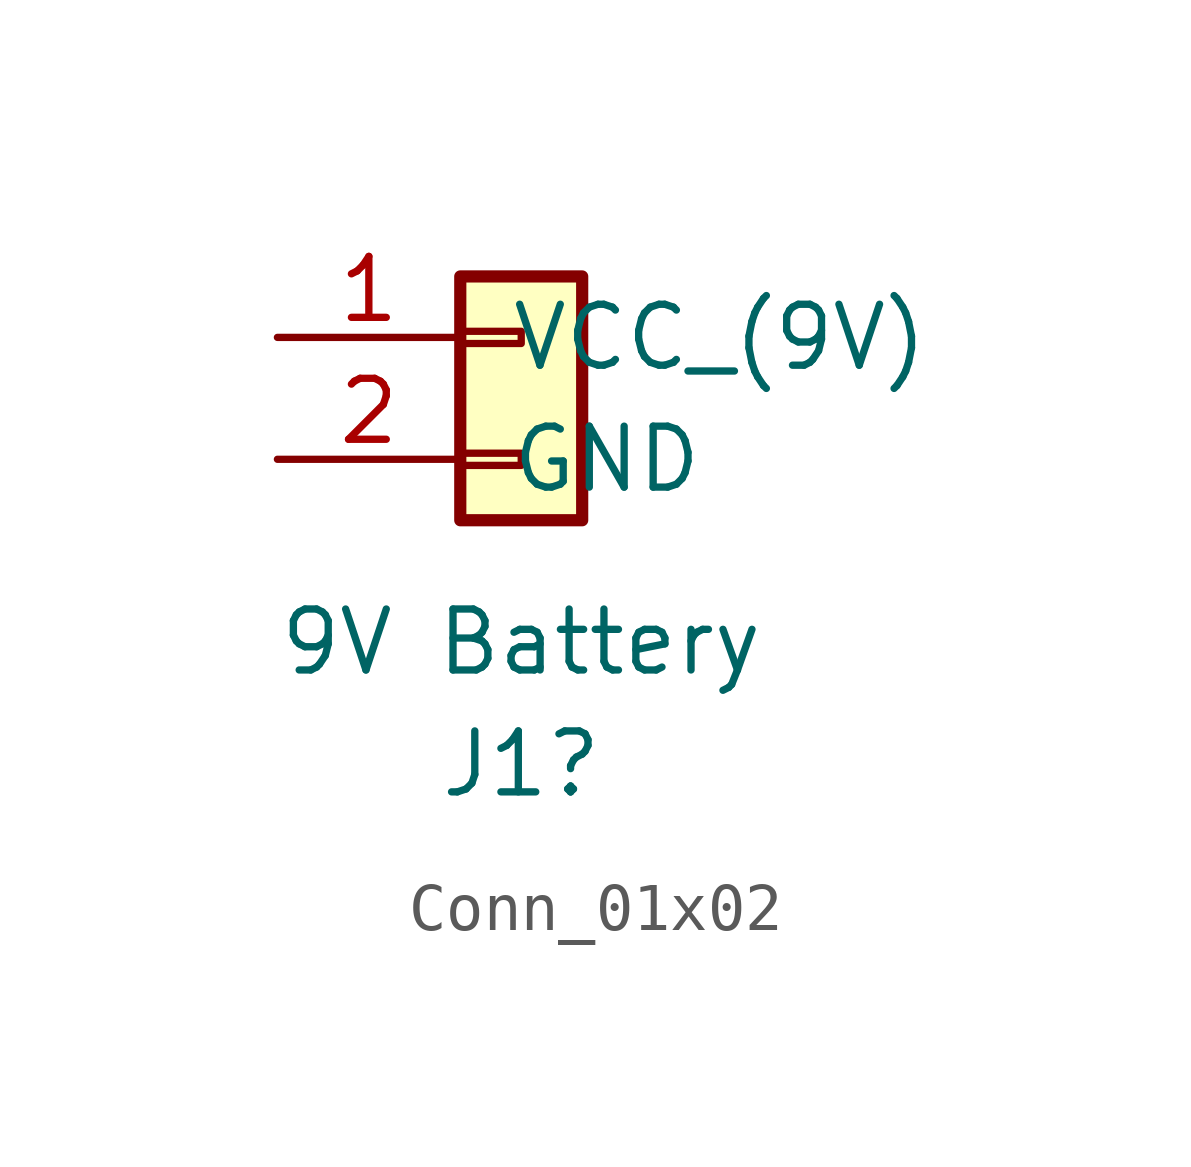
<source format=kicad_sym>
(kicad_symbol_lib
  (version 20211014)
  (generator kicad_symbol_editor)
  (symbol "Conn_01x02"
    (pin_names
      (offset 1.016))
    (property "Reference" "J1"
      (at 0 -8.89 0)
      (effects (font (size 1.27 1.27))))
    (property "Value" "9V Battery"
      (at 0 -6.35 0)
      (effects (font (size 1.27 1.27))))
    (symbol "Conn_01x02_1_1"
      (rectangle (start -1.27 -2.413) (end 0 -2.667) (stroke (width 0.152) (type default) (color 0 0 0 0)) (fill (type none)))
      (rectangle (start -1.27 0.127) (end 0 -0.127) (stroke (width 0.152) (type default) (color 0 0 0 0)) (fill (type none)))
      (rectangle (start -1.27 1.27) (end 1.27 -3.81) (stroke (width 0.254) (type default) (color 0 0 0 0)) (fill (type background)))
      (pin power_out line (at -5.08 0 0) (length 3.81) (name "VCC_(9V)" (effects (font (size 1.27 1.27)))) (number "1" (effects (font (size 1.27 1.27)))))
      (pin power_out line (at -5.08 -2.54 0) (length 3.81) (name "GND" (effects (font (size 1.27 1.27)))) (number "2" (effects (font (size 1.27 1.27))))))))
</source>
